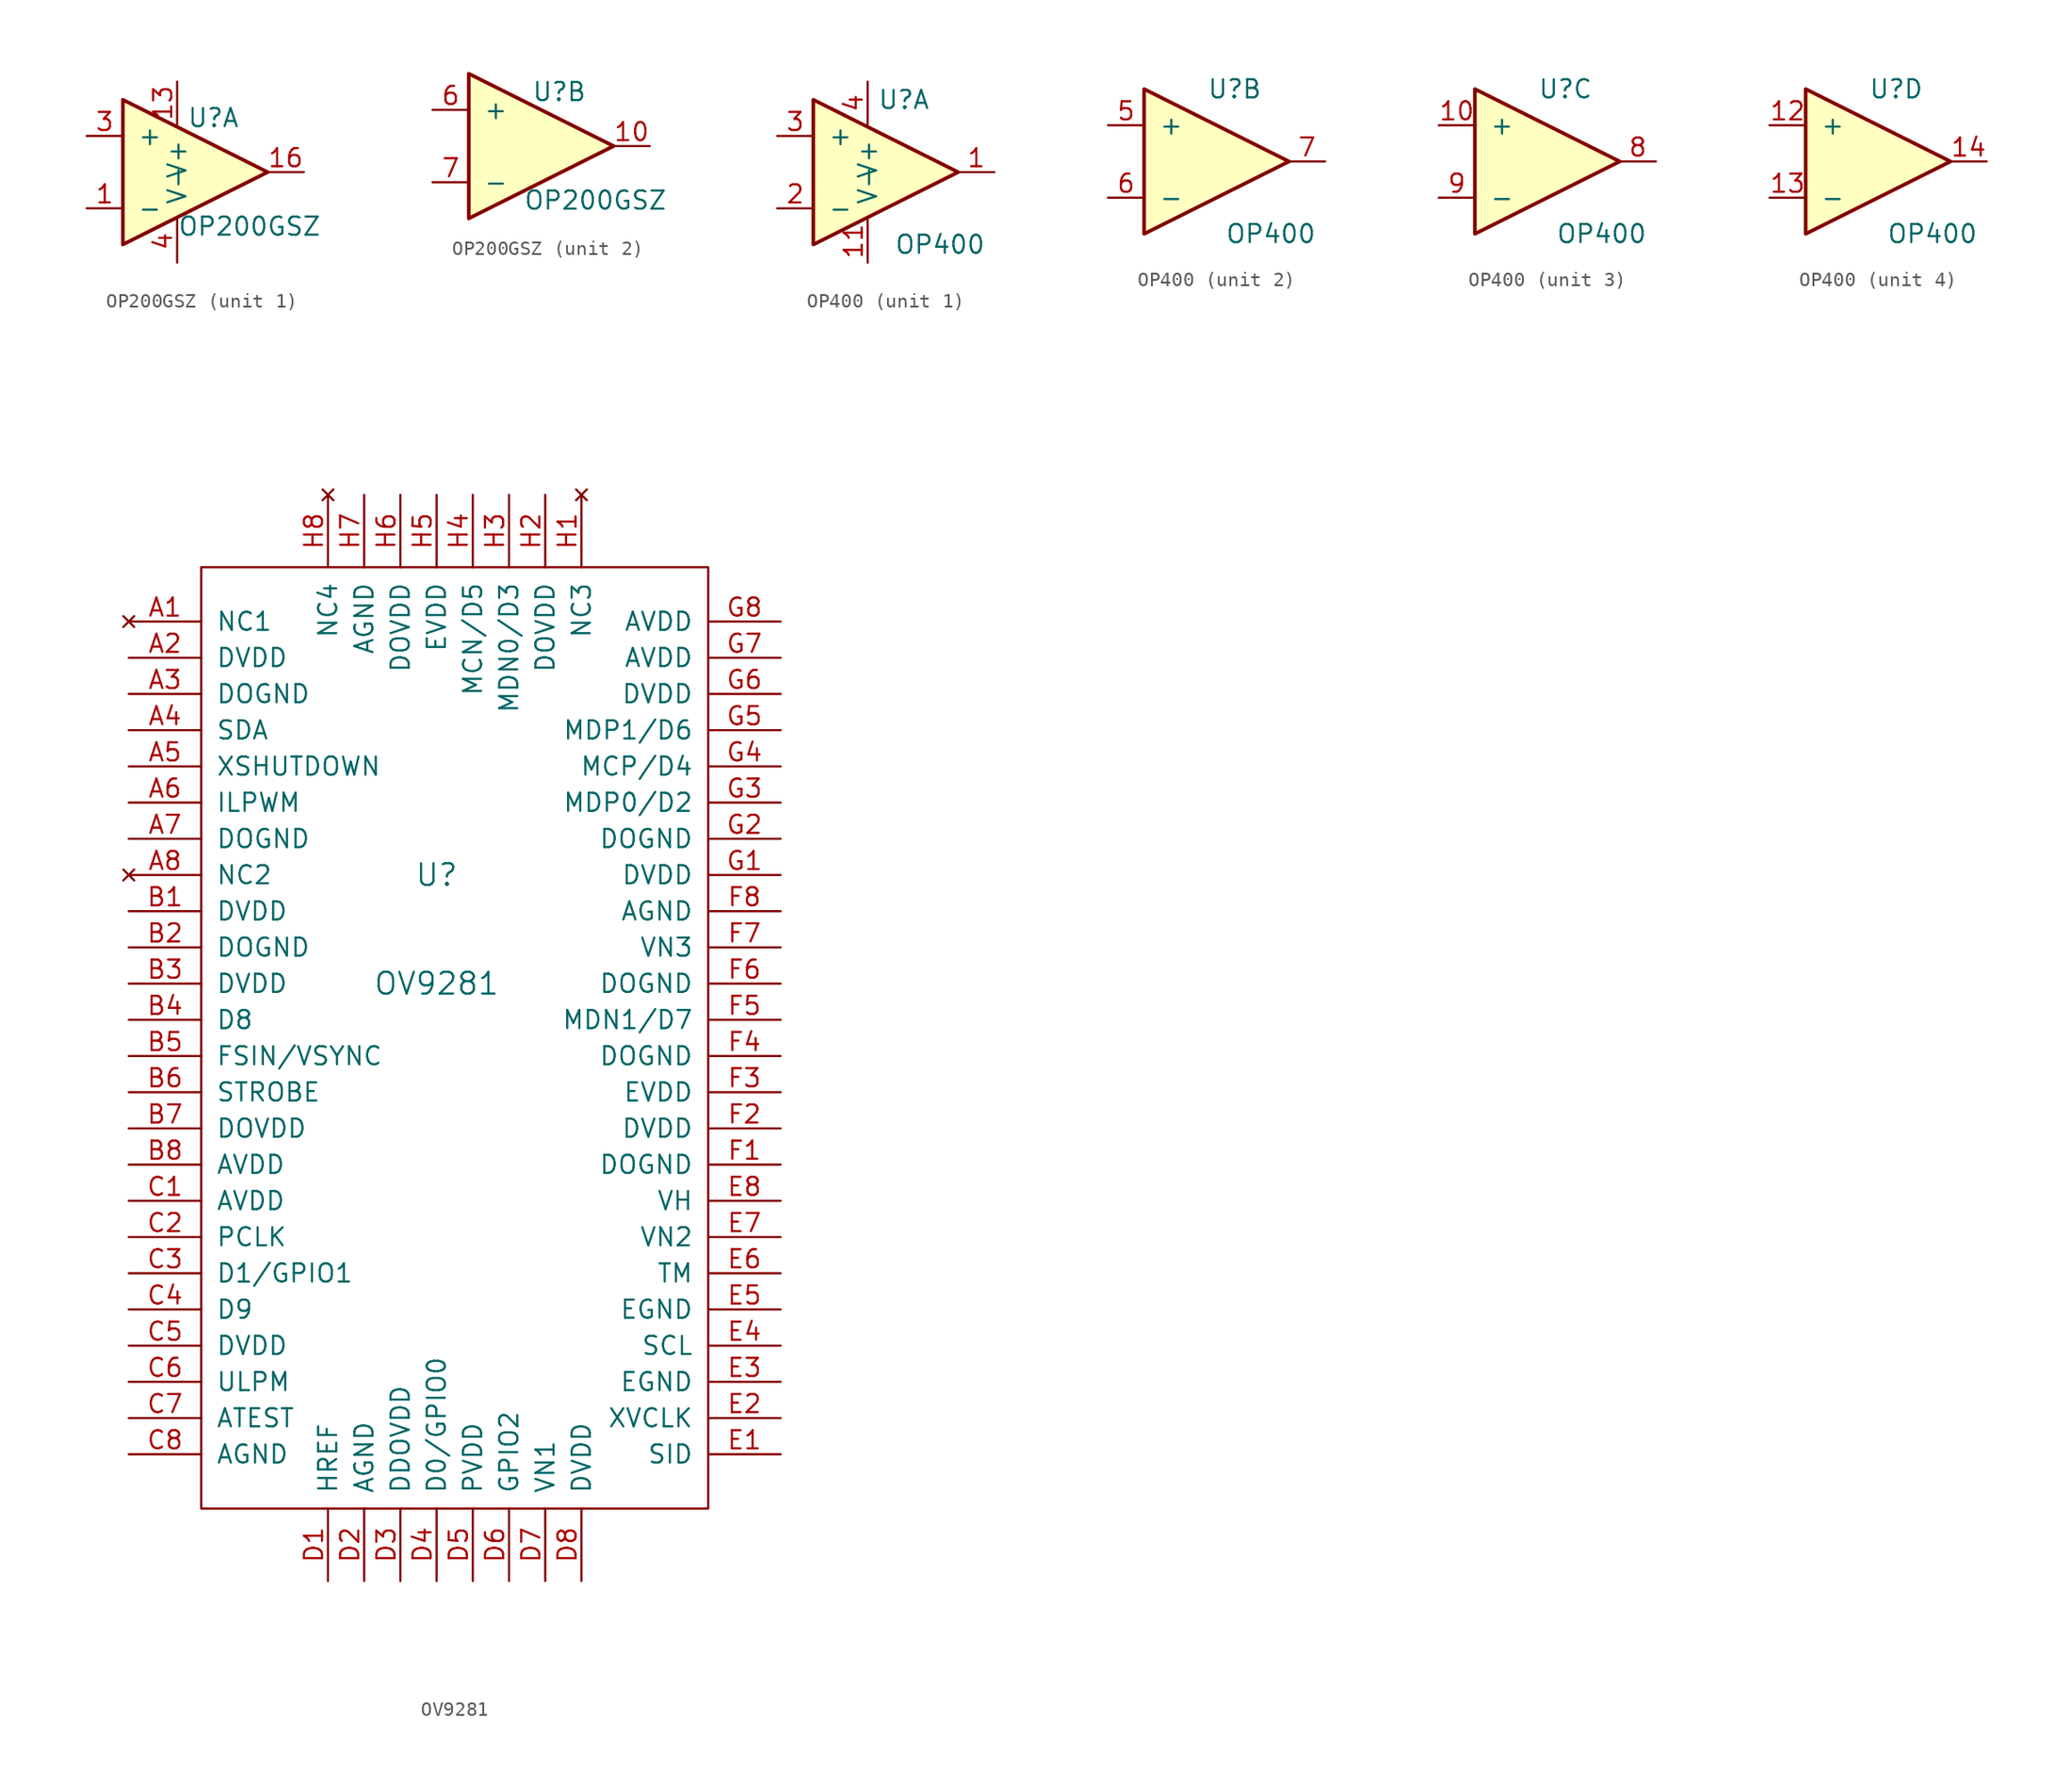
<source format=kicad_sym>
(kicad_symbol_lib
  (version 20220914)
  (generator kicad_symbol_editor)
  (symbol "OP200GSZ"
    (pin_names
      (offset 1.016))
    (property "Reference" "U"
      (at 2.54 3.81 0)
      (effects (font (size 1.27 1.27))))
    (property "Value" "OP200GSZ"
      (at 5.08 -3.81 0)
      (effects (font (size 1.27 1.27))))
    (symbol "OP200GSZ_1_1"
      (polyline (pts (xy -3.81 5.08) (xy 6.35 0) (xy -3.81 -5.08) (xy -3.81 5.08)) (stroke (width 0.254) (type default)) (fill (type background)))
      (pin input line (at -6.35 -2.54 0) (length 2.54) (name "-" (effects (font (size 1.27 1.27)))) (number "1" (effects (font (size 1.27 1.27)))))
      (pin power_in line (at 0 6.35 270) (length 2.997) (name "V+" (effects (font (size 1.27 1.27)))) (number "13" (effects (font (size 1.27 1.27)))))
      (pin output line (at 8.89 0 180) (length 2.54) (name "~" (effects (font (size 1.27 1.27)))) (number "16" (effects (font (size 1.27 1.27)))))
      (pin input line (at -6.35 2.54 0) (length 2.54) (name "+" (effects (font (size 1.27 1.27)))) (number "3" (effects (font (size 1.27 1.27)))))
      (pin power_in line (at 0 -6.35 90) (length 2.997) (name "V-" (effects (font (size 1.27 1.27)))) (number "4" (effects (font (size 1.27 1.27))))))
    (symbol "OP200GSZ_2_1"
      (polyline (pts (xy -3.81 5.08) (xy 6.35 0) (xy -3.81 -5.08) (xy -3.81 5.08)) (stroke (width 0.254) (type default)) (fill (type background)))
      (pin output line (at 8.89 0 180) (length 2.54) (name "~" (effects (font (size 1.27 1.27)))) (number "10" (effects (font (size 1.27 1.27)))))
      (pin input line (at -6.35 2.54 0) (length 2.54) (name "+" (effects (font (size 1.27 1.27)))) (number "6" (effects (font (size 1.27 1.27)))))
      (pin input line (at -6.35 -2.54 0) (length 2.54) (name "-" (effects (font (size 1.27 1.27)))) (number "7" (effects (font (size 1.27 1.27)))))))
  (symbol "OP400"
    (pin_names
      (offset 1.016))
    (property "Reference" "U"
      (at 2.54 5.08 0)
      (effects (font (size 1.27 1.27))))
    (property "Value" "OP400"
      (at 5.08 -5.08 0)
      (effects (font (size 1.27 1.27))))
    (symbol "OP400_1_1"
      (polyline (pts (xy -3.81 5.08) (xy 6.35 0) (xy -3.81 -5.08) (xy -3.81 5.08)) (stroke (width 0.254) (type default)) (fill (type background)))
      (pin output line (at 8.89 0 180) (length 2.54) (name "~" (effects (font (size 1.27 1.27)))) (number "1" (effects (font (size 1.27 1.27)))))
      (pin power_in line (at 0 -6.35 90) (length 2.997) (name "V-" (effects (font (size 1.27 1.27)))) (number "11" (effects (font (size 1.27 1.27)))))
      (pin input line (at -6.35 -2.54 0) (length 2.54) (name "-" (effects (font (size 1.27 1.27)))) (number "2" (effects (font (size 1.27 1.27)))))
      (pin input line (at -6.35 2.54 0) (length 2.54) (name "+" (effects (font (size 1.27 1.27)))) (number "3" (effects (font (size 1.27 1.27)))))
      (pin power_in line (at 0 6.35 270) (length 2.997) (name "V+" (effects (font (size 1.27 1.27)))) (number "4" (effects (font (size 1.27 1.27))))))
    (symbol "OP400_2_1"
      (polyline (pts (xy -3.81 5.08) (xy 6.35 0) (xy -3.81 -5.08) (xy -3.81 5.08)) (stroke (width 0.254) (type default)) (fill (type background)))
      (pin input line (at -6.35 2.54 0) (length 2.54) (name "+" (effects (font (size 1.27 1.27)))) (number "5" (effects (font (size 1.27 1.27)))))
      (pin input line (at -6.35 -2.54 0) (length 2.54) (name "-" (effects (font (size 1.27 1.27)))) (number "6" (effects (font (size 1.27 1.27)))))
      (pin output line (at 8.89 0 180) (length 2.54) (name "~" (effects (font (size 1.27 1.27)))) (number "7" (effects (font (size 1.27 1.27))))))
    (symbol "OP400_3_1"
      (polyline (pts (xy -3.81 5.08) (xy 6.35 0) (xy -3.81 -5.08) (xy -3.81 5.08)) (stroke (width 0.254) (type default)) (fill (type background)))
      (pin input line (at -6.35 2.54 0) (length 2.54) (name "+" (effects (font (size 1.27 1.27)))) (number "10" (effects (font (size 1.27 1.27)))))
      (pin output line (at 8.89 0 180) (length 2.54) (name "~" (effects (font (size 1.27 1.27)))) (number "8" (effects (font (size 1.27 1.27)))))
      (pin input line (at -6.35 -2.54 0) (length 2.54) (name "-" (effects (font (size 1.27 1.27)))) (number "9" (effects (font (size 1.27 1.27))))))
    (symbol "OP400_4_1"
      (polyline (pts (xy -3.81 5.08) (xy 6.35 0) (xy -3.81 -5.08) (xy -3.81 5.08)) (stroke (width 0.254) (type default)) (fill (type background)))
      (pin input line (at -6.35 2.54 0) (length 2.54) (name "+" (effects (font (size 1.27 1.27)))) (number "12" (effects (font (size 1.27 1.27)))))
      (pin input line (at -6.35 -2.54 0) (length 2.54) (name "-" (effects (font (size 1.27 1.27)))) (number "13" (effects (font (size 1.27 1.27)))))
      (pin output line (at 8.89 0 180) (length 2.54) (name "~" (effects (font (size 1.27 1.27)))) (number "14" (effects (font (size 1.27 1.27)))))))
  (symbol "OV9281"
    (pin_names
      (offset 1.016))
    (property "Reference" "U"
      (at -1.27 11.43 0)
      (effects (font (size 1.524 1.524))))
    (property "Value" "OV9281"
      (at -1.27 3.81 0)
      (effects (font (size 1.524 1.524))))
    (symbol "OV9281_0_1"
      (rectangle (start -17.78 33.02) (end 17.78 -33.02) (stroke (width 0) (type default)) (fill (type none))))
    (symbol "OV9281_1_1"
      (pin no_connect line (at -22.86 29.21 0) (length 5.08) (name "NC1" (effects (font (size 1.27 1.27)))) (number "A1" (effects (font (size 1.27 1.27)))))
      (pin power_in line (at -22.86 26.67 0) (length 5.08) (name "DVDD" (effects (font (size 1.27 1.27)))) (number "A2" (effects (font (size 1.27 1.27)))))
      (pin power_in line (at -22.86 24.13 0) (length 5.08) (name "DOGND" (effects (font (size 1.27 1.27)))) (number "A3" (effects (font (size 1.27 1.27)))))
      (pin input line (at -22.86 21.59 0) (length 5.08) (name "SDA" (effects (font (size 1.27 1.27)))) (number "A4" (effects (font (size 1.27 1.27)))))
      (pin input line (at -22.86 19.05 0) (length 5.08) (name "XSHUTDOWN" (effects (font (size 1.27 1.27)))) (number "A5" (effects (font (size 1.27 1.27)))))
      (pin input line (at -22.86 16.51 0) (length 5.08) (name "ILPWM" (effects (font (size 1.27 1.27)))) (number "A6" (effects (font (size 1.27 1.27)))))
      (pin input line (at -22.86 13.97 0) (length 5.08) (name "DOGND" (effects (font (size 1.27 1.27)))) (number "A7" (effects (font (size 1.27 1.27)))))
      (pin no_connect line (at -22.86 11.43 0) (length 5.08) (name "NC2" (effects (font (size 1.27 1.27)))) (number "A8" (effects (font (size 1.27 1.27)))))
      (pin power_in line (at -22.86 8.89 0) (length 5.08) (name "DVDD" (effects (font (size 1.27 1.27)))) (number "B1" (effects (font (size 1.27 1.27)))))
      (pin power_in line (at -22.86 6.35 0) (length 5.08) (name "DOGND" (effects (font (size 1.27 1.27)))) (number "B2" (effects (font (size 1.27 1.27)))))
      (pin power_in line (at -22.86 3.81 0) (length 5.08) (name "DVDD" (effects (font (size 1.27 1.27)))) (number "B3" (effects (font (size 1.27 1.27)))))
      (pin input line (at -22.86 1.27 0) (length 5.08) (name "D8" (effects (font (size 1.27 1.27)))) (number "B4" (effects (font (size 1.27 1.27)))))
      (pin input line (at -22.86 -1.27 0) (length 5.08) (name "FSIN/VSYNC" (effects (font (size 1.27 1.27)))) (number "B5" (effects (font (size 1.27 1.27)))))
      (pin input line (at -22.86 -3.81 0) (length 5.08) (name "STROBE" (effects (font (size 1.27 1.27)))) (number "B6" (effects (font (size 1.27 1.27)))))
      (pin power_in line (at -22.86 -6.35 0) (length 5.08) (name "DOVDD" (effects (font (size 1.27 1.27)))) (number "B7" (effects (font (size 1.27 1.27)))))
      (pin power_in line (at -22.86 -8.89 0) (length 5.08) (name "AVDD" (effects (font (size 1.27 1.27)))) (number "B8" (effects (font (size 1.27 1.27)))))
      (pin power_in line (at -22.86 -11.43 0) (length 5.08) (name "AVDD" (effects (font (size 1.27 1.27)))) (number "C1" (effects (font (size 1.27 1.27)))))
      (pin input line (at -22.86 -13.97 0) (length 5.08) (name "PCLK" (effects (font (size 1.27 1.27)))) (number "C2" (effects (font (size 1.27 1.27)))))
      (pin input line (at -22.86 -16.51 0) (length 5.08) (name "D1/GPIO1" (effects (font (size 1.27 1.27)))) (number "C3" (effects (font (size 1.27 1.27)))))
      (pin input line (at -22.86 -19.05 0) (length 5.08) (name "D9" (effects (font (size 1.27 1.27)))) (number "C4" (effects (font (size 1.27 1.27)))))
      (pin power_in line (at -22.86 -21.59 0) (length 5.08) (name "DVDD" (effects (font (size 1.27 1.27)))) (number "C5" (effects (font (size 1.27 1.27)))))
      (pin input line (at -22.86 -24.13 0) (length 5.08) (name "ULPM" (effects (font (size 1.27 1.27)))) (number "C6" (effects (font (size 1.27 1.27)))))
      (pin input line (at -22.86 -26.67 0) (length 5.08) (name "ATEST" (effects (font (size 1.27 1.27)))) (number "C7" (effects (font (size 1.27 1.27)))))
      (pin power_in line (at -22.86 -29.21 0) (length 5.08) (name "AGND" (effects (font (size 1.27 1.27)))) (number "C8" (effects (font (size 1.27 1.27)))))
      (pin input line (at -8.89 -38.1 90) (length 5.08) (name "HREF" (effects (font (size 1.27 1.27)))) (number "D1" (effects (font (size 1.27 1.27)))))
      (pin power_in line (at -6.35 -38.1 90) (length 5.08) (name "AGND" (effects (font (size 1.27 1.27)))) (number "D2" (effects (font (size 1.27 1.27)))))
      (pin power_in line (at -3.81 -38.1 90) (length 5.08) (name "DDOVDD" (effects (font (size 1.27 1.27)))) (number "D3" (effects (font (size 1.27 1.27)))))
      (pin input line (at -1.27 -38.1 90) (length 5.08) (name "D0/GPIO0" (effects (font (size 1.27 1.27)))) (number "D4" (effects (font (size 1.27 1.27)))))
      (pin power_in line (at 1.27 -38.1 90) (length 5.08) (name "PVDD" (effects (font (size 1.27 1.27)))) (number "D5" (effects (font (size 1.27 1.27)))))
      (pin input line (at 3.81 -38.1 90) (length 5.08) (name "GPIO2" (effects (font (size 1.27 1.27)))) (number "D6" (effects (font (size 1.27 1.27)))))
      (pin input line (at 6.35 -38.1 90) (length 5.08) (name "VN1" (effects (font (size 1.27 1.27)))) (number "D7" (effects (font (size 1.27 1.27)))))
      (pin power_in line (at 8.89 -38.1 90) (length 5.08) (name "DVDD" (effects (font (size 1.27 1.27)))) (number "D8" (effects (font (size 1.27 1.27)))))
      (pin input line (at 22.86 -29.21 180) (length 5.08) (name "SID" (effects (font (size 1.27 1.27)))) (number "E1" (effects (font (size 1.27 1.27)))))
      (pin input line (at 22.86 -26.67 180) (length 5.08) (name "XVCLK" (effects (font (size 1.27 1.27)))) (number "E2" (effects (font (size 1.27 1.27)))))
      (pin power_in line (at 22.86 -24.13 180) (length 5.08) (name "EGND" (effects (font (size 1.27 1.27)))) (number "E3" (effects (font (size 1.27 1.27)))))
      (pin input line (at 22.86 -21.59 180) (length 5.08) (name "SCL" (effects (font (size 1.27 1.27)))) (number "E4" (effects (font (size 1.27 1.27)))))
      (pin power_in line (at 22.86 -19.05 180) (length 5.08) (name "EGND" (effects (font (size 1.27 1.27)))) (number "E5" (effects (font (size 1.27 1.27)))))
      (pin input line (at 22.86 -16.51 180) (length 5.08) (name "TM" (effects (font (size 1.27 1.27)))) (number "E6" (effects (font (size 1.27 1.27)))))
      (pin input line (at 22.86 -13.97 180) (length 5.08) (name "VN2" (effects (font (size 1.27 1.27)))) (number "E7" (effects (font (size 1.27 1.27)))))
      (pin input line (at 22.86 -11.43 180) (length 5.08) (name "VH" (effects (font (size 1.27 1.27)))) (number "E8" (effects (font (size 1.27 1.27)))))
      (pin power_in line (at 22.86 -8.89 180) (length 5.08) (name "DOGND" (effects (font (size 1.27 1.27)))) (number "F1" (effects (font (size 1.27 1.27)))))
      (pin power_in line (at 22.86 -6.35 180) (length 5.08) (name "DVDD" (effects (font (size 1.27 1.27)))) (number "F2" (effects (font (size 1.27 1.27)))))
      (pin power_in line (at 22.86 -3.81 180) (length 5.08) (name "EVDD" (effects (font (size 1.27 1.27)))) (number "F3" (effects (font (size 1.27 1.27)))))
      (pin power_in line (at 22.86 -1.27 180) (length 5.08) (name "DOGND" (effects (font (size 1.27 1.27)))) (number "F4" (effects (font (size 1.27 1.27)))))
      (pin input line (at 22.86 1.27 180) (length 5.08) (name "MDN1/D7" (effects (font (size 1.27 1.27)))) (number "F5" (effects (font (size 1.27 1.27)))))
      (pin power_in line (at 22.86 3.81 180) (length 5.08) (name "DOGND" (effects (font (size 1.27 1.27)))) (number "F6" (effects (font (size 1.27 1.27)))))
      (pin input line (at 22.86 6.35 180) (length 5.08) (name "VN3" (effects (font (size 1.27 1.27)))) (number "F7" (effects (font (size 1.27 1.27)))))
      (pin power_in line (at 22.86 8.89 180) (length 5.08) (name "AGND" (effects (font (size 1.27 1.27)))) (number "F8" (effects (font (size 1.27 1.27)))))
      (pin power_in line (at 22.86 11.43 180) (length 5.08) (name "DVDD" (effects (font (size 1.27 1.27)))) (number "G1" (effects (font (size 1.27 1.27)))))
      (pin power_in line (at 22.86 13.97 180) (length 5.08) (name "DOGND" (effects (font (size 1.27 1.27)))) (number "G2" (effects (font (size 1.27 1.27)))))
      (pin input line (at 22.86 16.51 180) (length 5.08) (name "MDP0/D2" (effects (font (size 1.27 1.27)))) (number "G3" (effects (font (size 1.27 1.27)))))
      (pin input line (at 22.86 19.05 180) (length 5.08) (name "MCP/D4" (effects (font (size 1.27 1.27)))) (number "G4" (effects (font (size 1.27 1.27)))))
      (pin input line (at 22.86 21.59 180) (length 5.08) (name "MDP1/D6" (effects (font (size 1.27 1.27)))) (number "G5" (effects (font (size 1.27 1.27)))))
      (pin power_in line (at 22.86 24.13 180) (length 5.08) (name "DVDD" (effects (font (size 1.27 1.27)))) (number "G6" (effects (font (size 1.27 1.27)))))
      (pin power_in line (at 22.86 26.67 180) (length 5.08) (name "AVDD" (effects (font (size 1.27 1.27)))) (number "G7" (effects (font (size 1.27 1.27)))))
      (pin power_in line (at 22.86 29.21 180) (length 5.08) (name "AVDD" (effects (font (size 1.27 1.27)))) (number "G8" (effects (font (size 1.27 1.27)))))
      (pin no_connect line (at 8.89 38.1 270) (length 5.08) (name "NC3" (effects (font (size 1.27 1.27)))) (number "H1" (effects (font (size 1.27 1.27)))))
      (pin power_in line (at 6.35 38.1 270) (length 5.08) (name "DOVDD" (effects (font (size 1.27 1.27)))) (number "H2" (effects (font (size 1.27 1.27)))))
      (pin input line (at 3.81 38.1 270) (length 5.08) (name "MDN0/D3" (effects (font (size 1.27 1.27)))) (number "H3" (effects (font (size 1.27 1.27)))))
      (pin input line (at 1.27 38.1 270) (length 5.08) (name "MCN/D5" (effects (font (size 1.27 1.27)))) (number "H4" (effects (font (size 1.27 1.27)))))
      (pin power_in line (at -1.27 38.1 270) (length 5.08) (name "EVDD" (effects (font (size 1.27 1.27)))) (number "H5" (effects (font (size 1.27 1.27)))))
      (pin power_in line (at -3.81 38.1 270) (length 5.08) (name "DOVDD" (effects (font (size 1.27 1.27)))) (number "H6" (effects (font (size 1.27 1.27)))))
      (pin power_in line (at -6.35 38.1 270) (length 5.08) (name "AGND" (effects (font (size 1.27 1.27)))) (number "H7" (effects (font (size 1.27 1.27)))))
      (pin no_connect line (at -8.89 38.1 270) (length 5.08) (name "NC4" (effects (font (size 1.27 1.27)))) (number "H8" (effects (font (size 1.27 1.27))))))))
</source>
